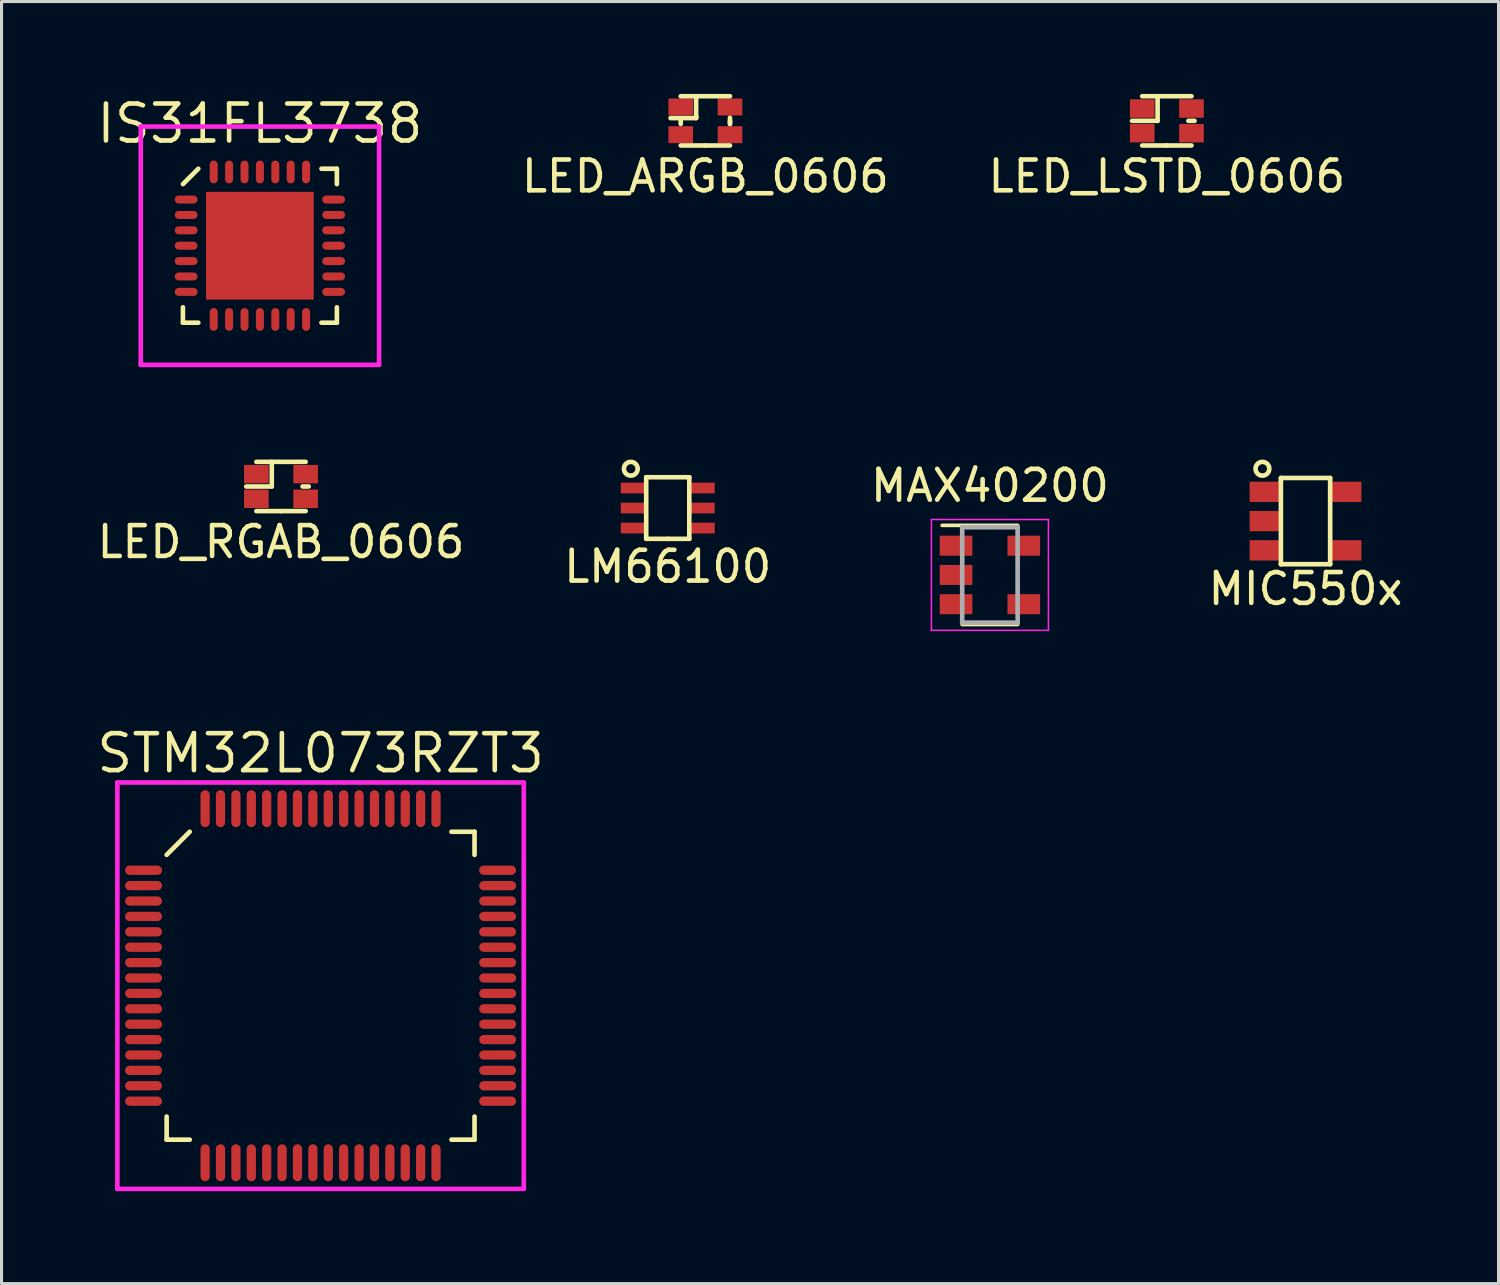
<source format=kicad_pcb>
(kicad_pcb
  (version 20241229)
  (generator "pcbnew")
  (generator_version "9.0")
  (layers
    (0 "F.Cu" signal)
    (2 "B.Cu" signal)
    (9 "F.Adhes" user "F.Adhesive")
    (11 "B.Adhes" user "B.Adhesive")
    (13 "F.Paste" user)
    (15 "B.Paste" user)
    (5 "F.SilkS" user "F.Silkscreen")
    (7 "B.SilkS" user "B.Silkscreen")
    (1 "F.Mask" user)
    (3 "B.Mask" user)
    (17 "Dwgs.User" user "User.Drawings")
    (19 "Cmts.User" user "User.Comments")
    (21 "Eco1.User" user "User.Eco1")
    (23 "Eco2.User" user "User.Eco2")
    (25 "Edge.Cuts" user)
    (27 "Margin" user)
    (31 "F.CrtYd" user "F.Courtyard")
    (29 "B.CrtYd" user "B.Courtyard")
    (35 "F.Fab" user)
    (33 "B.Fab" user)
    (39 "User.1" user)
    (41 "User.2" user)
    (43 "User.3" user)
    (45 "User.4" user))
  (footprint "IS31FL3738"
    (layer "F.Cu")
    (at 5.391 4.93)
    (property "Reference" "IS31FL3738" (at 0 -3.965 0) (layer "F.SilkS") (effects (font (size 1.2 1.2) (thickness 0.15))))
    (attr through_hole)
    (fp_line (start -2.5 -2) (end -2 -2.5) (stroke (width 0.15) (type solid)) (layer "F.SilkS"))
    (fp_line (start -2.5 2.5) (end -2.5 2) (stroke (width 0.15) (type solid)) (layer "F.SilkS"))
    (fp_line (start -2 2.5) (end -2.5 2.5) (stroke (width 0.15) (type solid)) (layer "F.SilkS"))
    (fp_line (start 2 -2.5) (end 2.5 -2.5) (stroke (width 0.15) (type solid)) (layer "F.SilkS"))
    (fp_line (start 2 2.5) (end 2.5 2.5) (stroke (width 0.15) (type solid)) (layer "F.SilkS"))
    (fp_line (start 2.5 -2.5) (end 2.5 -2) (stroke (width 0.15) (type solid)) (layer "F.SilkS"))
    (fp_line (start 2.5 2.5) (end 2.5 2) (stroke (width 0.15) (type solid)) (layer "F.SilkS"))
    (fp_line (start -3.87 -3.87) (end 3.87 -3.87) (stroke (width 0.15) (type solid)) (layer "F.CrtYd"))
    (fp_line (start -3.87 3.87) (end -3.87 -3.87) (stroke (width 0.15) (type solid)) (layer "F.CrtYd"))
    (fp_line (start 3.87 -3.87) (end 3.87 3.87) (stroke (width 0.15) (type solid)) (layer "F.CrtYd"))
    (fp_line (start 3.87 3.87) (end -3.87 3.87) (stroke (width 0.15) (type solid)) (layer "F.CrtYd"))
    (pad "1" smd oval (at -2.395 -1.5 90) (size 0.26 0.74) (layers "F.Cu" "F.Mask" "F.Paste"))
    (pad "2" smd oval (at -2.395 -1 90) (size 0.26 0.74) (layers "F.Cu" "F.Mask" "F.Paste"))
    (pad "3" smd oval (at -2.395 -0.5 90) (size 0.26 0.74) (layers "F.Cu" "F.Mask" "F.Paste"))
    (pad "4" smd oval (at -2.395 0 90) (size 0.26 0.74) (layers "F.Cu" "F.Mask" "F.Paste"))
    (pad "5" smd oval (at -2.395 0.5 90) (size 0.26 0.74) (layers "F.Cu" "F.Mask" "F.Paste"))
    (pad "6" smd oval (at -2.395 1 90) (size 0.26 0.74) (layers "F.Cu" "F.Mask" "F.Paste"))
    (pad "7" smd oval (at -2.395 1.5 90) (size 0.26 0.74) (layers "F.Cu" "F.Mask" "F.Paste"))
    (pad "8" smd oval (at -1.5 2.395) (size 0.26 0.74) (layers "F.Cu" "F.Mask" "F.Paste"))
    (pad "9" smd oval (at -1 2.395) (size 0.26 0.74) (layers "F.Cu" "F.Mask" "F.Paste"))
    (pad "10" smd oval (at -0.5 2.395) (size 0.26 0.74) (layers "F.Cu" "F.Mask" "F.Paste"))
    (pad "11" smd oval (at 0 2.395) (size 0.26 0.74) (layers "F.Cu" "F.Mask" "F.Paste"))
    (pad "12" smd oval (at 0.5 2.395) (size 0.26 0.74) (layers "F.Cu" "F.Mask" "F.Paste"))
    (pad "13" smd oval (at 1 2.395) (size 0.26 0.74) (layers "F.Cu" "F.Mask" "F.Paste"))
    (pad "14" smd oval (at 1.5 2.395) (size 0.26 0.74) (layers "F.Cu" "F.Mask" "F.Paste"))
    (pad "15" smd oval (at 2.395 1.5 90) (size 0.26 0.74) (layers "F.Cu" "F.Mask" "F.Paste"))
    (pad "16" smd oval (at 2.395 1 90) (size 0.26 0.74) (layers "F.Cu" "F.Mask" "F.Paste"))
    (pad "17" smd oval (at 2.395 0.5 90) (size 0.26 0.74) (layers "F.Cu" "F.Mask" "F.Paste"))
    (pad "18" smd oval (at 2.395 0 90) (size 0.26 0.74) (layers "F.Cu" "F.Mask" "F.Paste"))
    (pad "19" smd oval (at 2.395 -0.5 90) (size 0.26 0.74) (layers "F.Cu" "F.Mask" "F.Paste"))
    (pad "20" smd oval (at 2.395 -1 90) (size 0.26 0.74) (layers "F.Cu" "F.Mask" "F.Paste"))
    (pad "21" smd oval (at 2.395 -1.5 90) (size 0.26 0.74) (layers "F.Cu" "F.Mask" "F.Paste"))
    (pad "22" smd oval (at 1.5 -2.395) (size 0.26 0.74) (layers "F.Cu" "F.Mask" "F.Paste"))
    (pad "23" smd oval (at 1 -2.395) (size 0.26 0.74) (layers "F.Cu" "F.Mask" "F.Paste"))
    (pad "24" smd oval (at 0.5 -2.395) (size 0.26 0.74) (layers "F.Cu" "F.Mask" "F.Paste"))
    (pad "25" smd oval (at 0 -2.395) (size 0.26 0.74) (layers "F.Cu" "F.Mask" "F.Paste"))
    (pad "26" smd oval (at -0.5 -2.395) (size 0.26 0.74) (layers "F.Cu" "F.Mask" "F.Paste"))
    (pad "27" smd oval (at -1 -2.395) (size 0.26 0.74) (layers "F.Cu" "F.Mask" "F.Paste"))
    (pad "28" smd oval (at -1.5 -2.395) (size 0.26 0.74) (layers "F.Cu" "F.Mask" "F.Paste"))
    (pad "29" smd rect (at 0 0) (size 3.5 3.5) (layers "F.Cu" "F.Mask" "F.Paste")))
  (footprint "MIC550x"
    (layer "F.Cu")
    (at 39.351 13.874)
    (property "Reference" "MIC550x" (at 0 2.2 0) (layer "F.SilkS") (effects (font (size 1 1) (thickness 0.15))))
    (attr through_hole)
    (fp_line (start -0.8 -1.4) (end -0.8 -1.3) (stroke (width 0.15) (type solid)) (layer "F.SilkS"))
    (fp_line (start -0.8 -1.3) (end -0.8 1.4) (stroke (width 0.15) (type solid)) (layer "F.SilkS"))
    (fp_line (start -0.8 1.4) (end 0.8 1.4) (stroke (width 0.15) (type solid)) (layer "F.SilkS"))
    (fp_line (start 0.8 -1.4) (end -0.8 -1.4) (stroke (width 0.15) (type solid)) (layer "F.SilkS"))
    (fp_line (start 0.8 1.4) (end 0.8 -1.4) (stroke (width 0.15) (type solid)) (layer "F.SilkS"))
    (fp_circle (center -1.4 -1.7) (end -1.3 -1.5) (stroke (width 0.15) (type solid)) (fill no) (layer "F.SilkS"))
    (pad "1" smd rect (at -1.315 -0.95 180) (size 1 0.66) (layers "F.Cu" "F.Mask" "F.Paste"))
    (pad "2" smd rect (at -1.315 0) (size 1 0.66) (layers "F.Cu" "F.Mask" "F.Paste"))
    (pad "3" smd rect (at -1.315 0.95 180) (size 1 0.66) (layers "F.Cu" "F.Mask" "F.Paste"))
    (pad "4" smd rect (at 1.315 0.95) (size 1 0.66) (layers "F.Cu" "F.Mask" "F.Paste"))
    (pad "5" smd rect (at 1.315 -0.95) (size 1 0.66) (layers "F.Cu" "F.Mask" "F.Paste")))
  (footprint "LED_LSTD_0606"
    (layer "F.Cu")
    (at 34.847 0.875)
    (property "Reference" "LED_LSTD_0606" (at 0 1.8 0) (layer "F.SilkS") (effects (font (size 1 1) (thickness 0.15))))
    (attr through_hole)
    (fp_line (start -0.8 -0.8) (end 0.8 -0.8) (stroke (width 0.15) (type solid)) (layer "F.SilkS"))
    (fp_line (start -0.3 -0.8) (end -0.3 0) (stroke (width 0.15) (type solid)) (layer "F.SilkS"))
    (fp_line (start -0.3 0) (end -1.13 0) (stroke (width 0.15) (type solid)) (layer "F.SilkS"))
    (fp_line (start 0 0.8) (end -0.8 0.8) (stroke (width 0.15) (type solid)) (layer "F.SilkS"))
    (fp_line (start 0 0.8) (end 0.8 0.8) (stroke (width 0.15) (type solid)) (layer "F.SilkS"))
    (fp_line (start 0.9 0) (end 0.7 0) (stroke (width 0.15) (type solid)) (layer "F.SilkS"))
    (pad "1" smd rect (at -0.8 -0.4) (size 0.8 0.6) (layers "F.Cu" "F.Mask" "F.Paste"))
    (pad "2" smd rect (at 0.8 -0.4) (size 0.8 0.6) (layers "F.Cu" "F.Mask" "F.Paste"))
    (pad "3" smd rect (at -0.8 0.4) (size 0.8 0.6) (layers "F.Cu" "F.Mask" "F.Paste"))
    (pad "4" smd rect (at 0.8 0.4) (size 0.8 0.6) (layers "F.Cu" "F.Mask" "F.Paste")))
  (footprint "MAX40200"
    (layer "F.Cu")
    (at 29.101 15.623)
    (property "Reference" "MAX40200" (at 0 -2.9 0) (layer "F.SilkS") (effects (font (size 1 1) (thickness 0.15))))
    (attr smd)
    (fp_line (start -0.9 1.61) (end 0.9 1.61) (stroke (width 0.12) (type solid)) (layer "F.SilkS"))
    (fp_line (start 0.9 -1.61) (end -1.55 -1.61) (stroke (width 0.12) (type solid)) (layer "F.SilkS"))
    (fp_line (start -1.9 -1.8) (end 1.9 -1.8) (stroke (width 0.05) (type solid)) (layer "F.CrtYd"))
    (fp_line (start -1.9 1.8) (end -1.9 -1.8) (stroke (width 0.05) (type solid)) (layer "F.CrtYd"))
    (fp_line (start 1.9 -1.8) (end 1.9 1.8) (stroke (width 0.05) (type solid)) (layer "F.CrtYd"))
    (fp_line (start 1.9 1.8) (end -1.9 1.8) (stroke (width 0.05) (type solid)) (layer "F.CrtYd"))
    (fp_line (start -0.9 -1.55) (end -0.9 1.55) (stroke (width 0.15) (type solid)) (layer "F.Fab"))
    (fp_line (start 0.9 -1.55) (end -0.9 -1.55) (stroke (width 0.15) (type solid)) (layer "F.Fab"))
    (fp_line (start 0.9 -1.55) (end 0.9 1.55) (stroke (width 0.15) (type solid)) (layer "F.Fab"))
    (fp_line (start 0.9 1.55) (end -0.9 1.55) (stroke (width 0.15) (type solid)) (layer "F.Fab"))
    (pad "1" smd rect (at -1.1 -0.95) (size 1.06 0.65) (layers "F.Cu" "F.Mask" "F.Paste"))
    (pad "2" smd rect (at -1.1 0) (size 1.06 0.65) (layers "F.Cu" "F.Mask" "F.Paste"))
    (pad "3" smd rect (at -1.1 0.95) (size 1.06 0.65) (layers "F.Cu" "F.Mask" "F.Paste"))
    (pad "4" smd rect (at 1.1 0.95) (size 1.06 0.65) (layers "F.Cu" "F.Mask" "F.Paste"))
    (pad "5" smd rect (at 1.1 -0.95) (size 1.06 0.65) (layers "F.Cu" "F.Mask" "F.Paste")))
  (footprint "LM66100"
    (layer "F.Cu")
    (at 18.637 13.45)
    (property "Reference" "LM66100" (at 0 1.9 0) (layer "F.SilkS") (effects (font (size 1 1) (thickness 0.15))))
    (attr through_hole)
    (fp_line (start -0.7 -1) (end -0.7 1) (stroke (width 0.15) (type solid)) (layer "F.SilkS"))
    (fp_line (start -0.7 1) (end 0 1) (stroke (width 0.15) (type solid)) (layer "F.SilkS"))
    (fp_line (start 0 1) (end 0.7 1) (stroke (width 0.15) (type solid)) (layer "F.SilkS"))
    (fp_line (start 0.7 -1) (end -0.7 -1) (stroke (width 0.15) (type solid)) (layer "F.SilkS"))
    (fp_line (start 0.7 1) (end 0.7 -1) (stroke (width 0.15) (type solid)) (layer "F.SilkS"))
    (fp_circle (center -1.2 -1.276) (end -1.1 -1.076) (stroke (width 0.15) (type solid)) (fill no) (layer "F.SilkS"))
    (pad "1" smd rect (at -1.1 -0.65 180) (size 0.85 0.35) (layers "F.Cu" "F.Mask" "F.Paste"))
    (pad "2" smd rect (at -1.1 0) (size 0.85 0.35) (layers "F.Cu" "F.Mask" "F.Paste"))
    (pad "3" smd rect (at -1.1 0.65 90) (size 0.35 0.85) (layers "F.Cu" "F.Mask" "F.Paste"))
    (pad "4" smd rect (at 1.1 0.65) (size 0.85 0.35) (layers "F.Cu" "F.Mask" "F.Paste"))
    (pad "5" smd rect (at 1.1 0) (size 0.85 0.35) (layers "F.Cu" "F.Mask" "F.Paste"))
    (pad "6" smd rect (at 1.1 -0.65) (size 0.85 0.35) (layers "F.Cu" "F.Mask" "F.Paste")))
  (footprint "LED_ARGB_0606"
    (layer "F.Cu")
    (at 19.859 0.875)
    (property "Reference" "LED_ARGB_0606" (at 0 1.8 0) (layer "F.SilkS") (effects (font (size 1 1) (thickness 0.15))))
    (attr through_hole)
    (fp_line (start -0.8 -0.8) (end 0.8 -0.8) (stroke (width 0.15) (type solid)) (layer "F.SilkS"))
    (fp_line (start -0.8 0.1) (end -0.8 0) (stroke (width 0.15) (type solid)) (layer "F.SilkS"))
    (fp_line (start -0.3 -0.73) (end -0.3 -0.14) (stroke (width 0.15) (type solid)) (layer "F.SilkS"))
    (fp_line (start -0.3 -0.14) (end -0.3 -0.11) (stroke (width 0.15) (type solid)) (layer "F.SilkS"))
    (fp_line (start -0.3 -0.11) (end -0.3 -0.09) (stroke (width 0.15) (type solid)) (layer "F.SilkS"))
    (fp_line (start -0.3 -0.09) (end -1.13 -0.09) (stroke (width 0.15) (type solid)) (layer "F.SilkS"))
    (fp_line (start 0 0.8) (end -0.8 0.8) (stroke (width 0.15) (type solid)) (layer "F.SilkS"))
    (fp_line (start 0 0.8) (end 0.8 0.8) (stroke (width 0.15) (type solid)) (layer "F.SilkS"))
    (fp_line (start 0.8 0) (end 0.8 0.1) (stroke (width 0.15) (type solid)) (layer "F.SilkS"))
    (fp_line (start 0.8 0.1) (end 0.8 -0.1) (stroke (width 0.15) (type solid)) (layer "F.SilkS"))
    (pad "1" smd rect (at -0.8 -0.45) (size 0.8 0.55) (layers "F.Cu" "F.Mask" "F.Paste"))
    (pad "2" smd rect (at -0.8 0.45) (size 0.8 0.55) (layers "F.Cu" "F.Mask" "F.Paste"))
    (pad "3" smd rect (at 0.8 0.45) (size 0.8 0.55) (layers "F.Cu" "F.Mask" "F.Paste"))
    (pad "4" smd rect (at 0.8 -0.45) (size 0.8 0.55) (layers "F.Cu" "F.Mask" "F.Paste")))
  (footprint "LED_RGAB_0606"
    (layer "F.Cu")
    (at 6.077 12.75)
    (property "Reference" "LED_RGAB_0606" (at 0 1.8 0) (layer "F.SilkS") (effects (font (size 1 1) (thickness 0.15))))
    (attr through_hole)
    (fp_line (start -0.8 -0.8) (end 0.8 -0.8) (stroke (width 0.15) (type solid)) (layer "F.SilkS"))
    (fp_line (start -0.3 -0.8) (end -0.3 0) (stroke (width 0.15) (type solid)) (layer "F.SilkS"))
    (fp_line (start -0.3 0) (end -1.13 0) (stroke (width 0.15) (type solid)) (layer "F.SilkS"))
    (fp_line (start 0 0.8) (end -0.8 0.8) (stroke (width 0.15) (type solid)) (layer "F.SilkS"))
    (fp_line (start 0 0.8) (end 0.8 0.8) (stroke (width 0.15) (type solid)) (layer "F.SilkS"))
    (fp_line (start 0.9 0) (end 0.7 0) (stroke (width 0.15) (type solid)) (layer "F.SilkS"))
    (pad "1" smd rect (at -0.8 -0.4) (size 0.8 0.6) (layers "F.Cu" "F.Mask" "F.Paste"))
    (pad "2" smd rect (at 0.8 -0.4) (size 0.8 0.6) (layers "F.Cu" "F.Mask" "F.Paste"))
    (pad "3" smd rect (at -0.8 0.4) (size 0.8 0.6) (layers "F.Cu" "F.Mask" "F.Paste"))
    (pad "4" smd rect (at 0.8 0.4) (size 0.8 0.6) (layers "F.Cu" "F.Mask" "F.Paste")))
  (footprint "STM32L073RZT3"
    (layer "F.Cu")
    (at 7.362 28.964)
    (property "Reference" "STM32L073RZT3" (at 0 -7.55 0) (layer "F.SilkS") (effects (font (size 1.2 1.2) (thickness 0.15))))
    (attr through_hole)
    (fp_line (start -5 -4.25) (end -4.25 -5) (stroke (width 0.15) (type solid)) (layer "F.SilkS"))
    (fp_line (start -5 5) (end -5 4.25) (stroke (width 0.15) (type solid)) (layer "F.SilkS"))
    (fp_line (start -4.25 5) (end -5 5) (stroke (width 0.15) (type solid)) (layer "F.SilkS"))
    (fp_line (start 4.25 -5) (end 5 -5) (stroke (width 0.15) (type solid)) (layer "F.SilkS"))
    (fp_line (start 4.25 5) (end 5 5) (stroke (width 0.15) (type solid)) (layer "F.SilkS"))
    (fp_line (start 5 -5) (end 5 -4.25) (stroke (width 0.15) (type solid)) (layer "F.SilkS"))
    (fp_line (start 5 5) (end 5 4.25) (stroke (width 0.15) (type solid)) (layer "F.SilkS"))
    (fp_line (start -6.6 -6.6) (end 6.6 -6.6) (stroke (width 0.15) (type solid)) (layer "F.CrtYd"))
    (fp_line (start -6.6 6.6) (end -6.6 -6.6) (stroke (width 0.15) (type solid)) (layer "F.CrtYd"))
    (fp_line (start 6.6 -6.6) (end 6.6 6.6) (stroke (width 0.15) (type solid)) (layer "F.CrtYd"))
    (fp_line (start 6.6 6.6) (end -6.6 6.6) (stroke (width 0.15) (type solid)) (layer "F.CrtYd"))
    (pad "1" smd oval (at -5.75 -3.75 90) (size 0.3 1.2) (layers "F.Cu" "F.Mask" "F.Paste"))
    (pad "2" smd oval (at -5.75 -3.25 90) (size 0.3 1.2) (layers "F.Cu" "F.Mask" "F.Paste"))
    (pad "3" smd oval (at -5.75 -2.75 90) (size 0.3 1.2) (layers "F.Cu" "F.Mask" "F.Paste"))
    (pad "4" smd oval (at -5.75 -2.25 90) (size 0.3 1.2) (layers "F.Cu" "F.Mask" "F.Paste"))
    (pad "5" smd oval (at -5.75 -1.75 90) (size 0.3 1.2) (layers "F.Cu" "F.Mask" "F.Paste"))
    (pad "6" smd oval (at -5.75 -1.25 90) (size 0.3 1.2) (layers "F.Cu" "F.Mask" "F.Paste"))
    (pad "7" smd oval (at -5.75 -0.75 90) (size 0.3 1.2) (layers "F.Cu" "F.Mask" "F.Paste"))
    (pad "8" smd oval (at -5.75 -0.25 90) (size 0.3 1.2) (layers "F.Cu" "F.Mask" "F.Paste"))
    (pad "9" smd oval (at -5.75 0.25 90) (size 0.3 1.2) (layers "F.Cu" "F.Mask" "F.Paste"))
    (pad "10" smd oval (at -5.75 0.75 270) (size 0.3 1.2) (layers "F.Cu" "F.Mask" "F.Paste"))
    (pad "11" smd oval (at -5.75 1.25 270) (size 0.3 1.2) (layers "F.Cu" "F.Mask" "F.Paste"))
    (pad "12" smd oval (at -5.75 1.75 90) (size 0.3 1.2) (layers "F.Cu" "F.Mask" "F.Paste"))
    (pad "13" smd oval (at -5.75 2.25 270) (size 0.3 1.2) (layers "F.Cu" "F.Mask" "F.Paste"))
    (pad "14" smd oval (at -5.75 2.75 90) (size 0.3 1.2) (layers "F.Cu" "F.Mask" "F.Paste"))
    (pad "15" smd oval (at -5.75 3.25 90) (size 0.3 1.2) (layers "F.Cu" "F.Mask" "F.Paste"))
    (pad "16" smd oval (at -5.75 3.75 90) (size 0.3 1.2) (layers "F.Cu" "F.Mask" "F.Paste"))
    (pad "17" smd oval (at -3.75 5.75) (size 0.3 1.2) (layers "F.Cu" "F.Mask" "F.Paste"))
    (pad "18" smd oval (at -3.25 5.75) (size 0.3 1.2) (layers "F.Cu" "F.Mask" "F.Paste"))
    (pad "19" smd oval (at -2.75 5.75) (size 0.3 1.2) (layers "F.Cu" "F.Mask" "F.Paste"))
    (pad "20" smd oval (at -2.25 5.75) (size 0.3 1.2) (layers "F.Cu" "F.Mask" "F.Paste"))
    (pad "21" smd oval (at -1.75 5.75) (size 0.3 1.2) (layers "F.Cu" "F.Mask" "F.Paste"))
    (pad "22" smd oval (at -1.25 5.75) (size 0.3 1.2) (layers "F.Cu" "F.Mask" "F.Paste"))
    (pad "23" smd oval (at -0.75 5.75) (size 0.3 1.2) (layers "F.Cu" "F.Mask" "F.Paste"))
    (pad "24" smd oval (at -0.25 5.75) (size 0.3 1.2) (layers "F.Cu" "F.Mask" "F.Paste"))
    (pad "25" smd oval (at 0.25 5.75) (size 0.3 1.2) (layers "F.Cu" "F.Mask" "F.Paste"))
    (pad "26" smd oval (at 0.75 5.75) (size 0.3 1.2) (layers "F.Cu" "F.Mask" "F.Paste"))
    (pad "27" smd oval (at 1.25 5.75) (size 0.3 1.2) (layers "F.Cu" "F.Mask" "F.Paste"))
    (pad "28" smd oval (at 1.75 5.75) (size 0.3 1.2) (layers "F.Cu" "F.Mask" "F.Paste"))
    (pad "29" smd oval (at 2.25 5.75) (size 0.3 1.2) (layers "F.Cu" "F.Mask" "F.Paste"))
    (pad "30" smd oval (at 2.75 5.75) (size 0.3 1.2) (layers "F.Cu" "F.Mask" "F.Paste"))
    (pad "31" smd oval (at 3.25 5.75) (size 0.3 1.2) (layers "F.Cu" "F.Mask" "F.Paste"))
    (pad "32" smd oval (at 3.75 5.75) (size 0.3 1.2) (layers "F.Cu" "F.Mask" "F.Paste"))
    (pad "33" smd oval (at 5.75 3.75 90) (size 0.3 1.2) (layers "F.Cu" "F.Mask" "F.Paste"))
    (pad "34" smd oval (at 5.75 3.25 90) (size 0.3 1.2) (layers "F.Cu" "F.Mask" "F.Paste"))
    (pad "35" smd oval (at 5.75 2.75 90) (size 0.3 1.2) (layers "F.Cu" "F.Mask" "F.Paste"))
    (pad "36" smd oval (at 5.75 2.25 90) (size 0.3 1.2) (layers "F.Cu" "F.Mask" "F.Paste"))
    (pad "37" smd oval (at 5.75 1.75 90) (size 0.3 1.2) (layers "F.Cu" "F.Mask" "F.Paste"))
    (pad "38" smd oval (at 5.75 1.25 90) (size 0.3 1.2) (layers "F.Cu" "F.Mask" "F.Paste"))
    (pad "39" smd oval (at 5.75 0.75 90) (size 0.3 1.2) (layers "F.Cu" "F.Mask" "F.Paste"))
    (pad "40" smd oval (at 5.75 0.25 90) (size 0.3 1.2) (layers "F.Cu" "F.Mask" "F.Paste"))
    (pad "41" smd oval (at 5.75 -0.25 90) (size 0.3 1.2) (layers "F.Cu" "F.Mask" "F.Paste"))
    (pad "42" smd oval (at 5.75 -0.75 90) (size 0.3 1.2) (layers "F.Cu" "F.Mask" "F.Paste"))
    (pad "43" smd oval (at 5.75 -1.25 90) (size 0.3 1.2) (layers "F.Cu" "F.Mask" "F.Paste"))
    (pad "44" smd oval (at 5.75 -1.75 90) (size 0.3 1.2) (layers "F.Cu" "F.Mask" "F.Paste"))
    (pad "45" smd oval (at 5.75 -2.25 90) (size 0.3 1.2) (layers "F.Cu" "F.Mask" "F.Paste"))
    (pad "46" smd oval (at 5.75 -2.75 90) (size 0.3 1.2) (layers "F.Cu" "F.Mask" "F.Paste"))
    (pad "47" smd oval (at 5.75 -3.25 90) (size 0.3 1.2) (layers "F.Cu" "F.Mask" "F.Paste"))
    (pad "48" smd oval (at 5.75 -3.75 90) (size 0.3 1.2) (layers "F.Cu" "F.Mask" "F.Paste"))
    (pad "49" smd oval (at 3.75 -5.75) (size 0.3 1.2) (layers "F.Cu" "F.Mask" "F.Paste"))
    (pad "50" smd oval (at 3.25 -5.75) (size 0.3 1.2) (layers "F.Cu" "F.Mask" "F.Paste"))
    (pad "51" smd oval (at 2.75 -5.75) (size 0.3 1.2) (layers "F.Cu" "F.Mask" "F.Paste"))
    (pad "52" smd oval (at 2.25 -5.75) (size 0.3 1.2) (layers "F.Cu" "F.Mask" "F.Paste"))
    (pad "53" smd oval (at 1.75 -5.75) (size 0.3 1.2) (layers "F.Cu" "F.Mask" "F.Paste"))
    (pad "54" smd oval (at 1.25 -5.75) (size 0.3 1.2) (layers "F.Cu" "F.Mask" "F.Paste"))
    (pad "55" smd oval (at 0.75 -5.75) (size 0.3 1.2) (layers "F.Cu" "F.Mask" "F.Paste"))
    (pad "56" smd oval (at 0.25 -5.75) (size 0.3 1.2) (layers "F.Cu" "F.Mask" "F.Paste"))
    (pad "57" smd oval (at -0.25 -5.75) (size 0.3 1.2) (layers "F.Cu" "F.Mask" "F.Paste"))
    (pad "58" smd oval (at -0.75 -5.75) (size 0.3 1.2) (layers "F.Cu" "F.Mask" "F.Paste"))
    (pad "59" smd oval (at -1.25 -5.75) (size 0.3 1.2) (layers "F.Cu" "F.Mask" "F.Paste"))
    (pad "60" smd oval (at -1.75 -5.75) (size 0.3 1.2) (layers "F.Cu" "F.Mask" "F.Paste"))
    (pad "61" smd oval (at -2.25 -5.75) (size 0.3 1.2) (layers "F.Cu" "F.Mask" "F.Paste"))
    (pad "62" smd oval (at -2.75 -5.75) (size 0.3 1.2) (layers "F.Cu" "F.Mask" "F.Paste"))
    (pad "63" smd oval (at -3.25 -5.75) (size 0.3 1.2) (layers "F.Cu" "F.Mask" "F.Paste"))
    (pad "64" smd oval (at -3.75 -5.75) (size 0.3 1.2) (layers "F.Cu" "F.Mask" "F.Paste")))
  (gr_rect
    (start -3 -3)
    (end 45.619 38.639)
    (stroke (width 0.1) (type default))
    (fill no)
    (layer "Edge.Cuts")))
</source>
